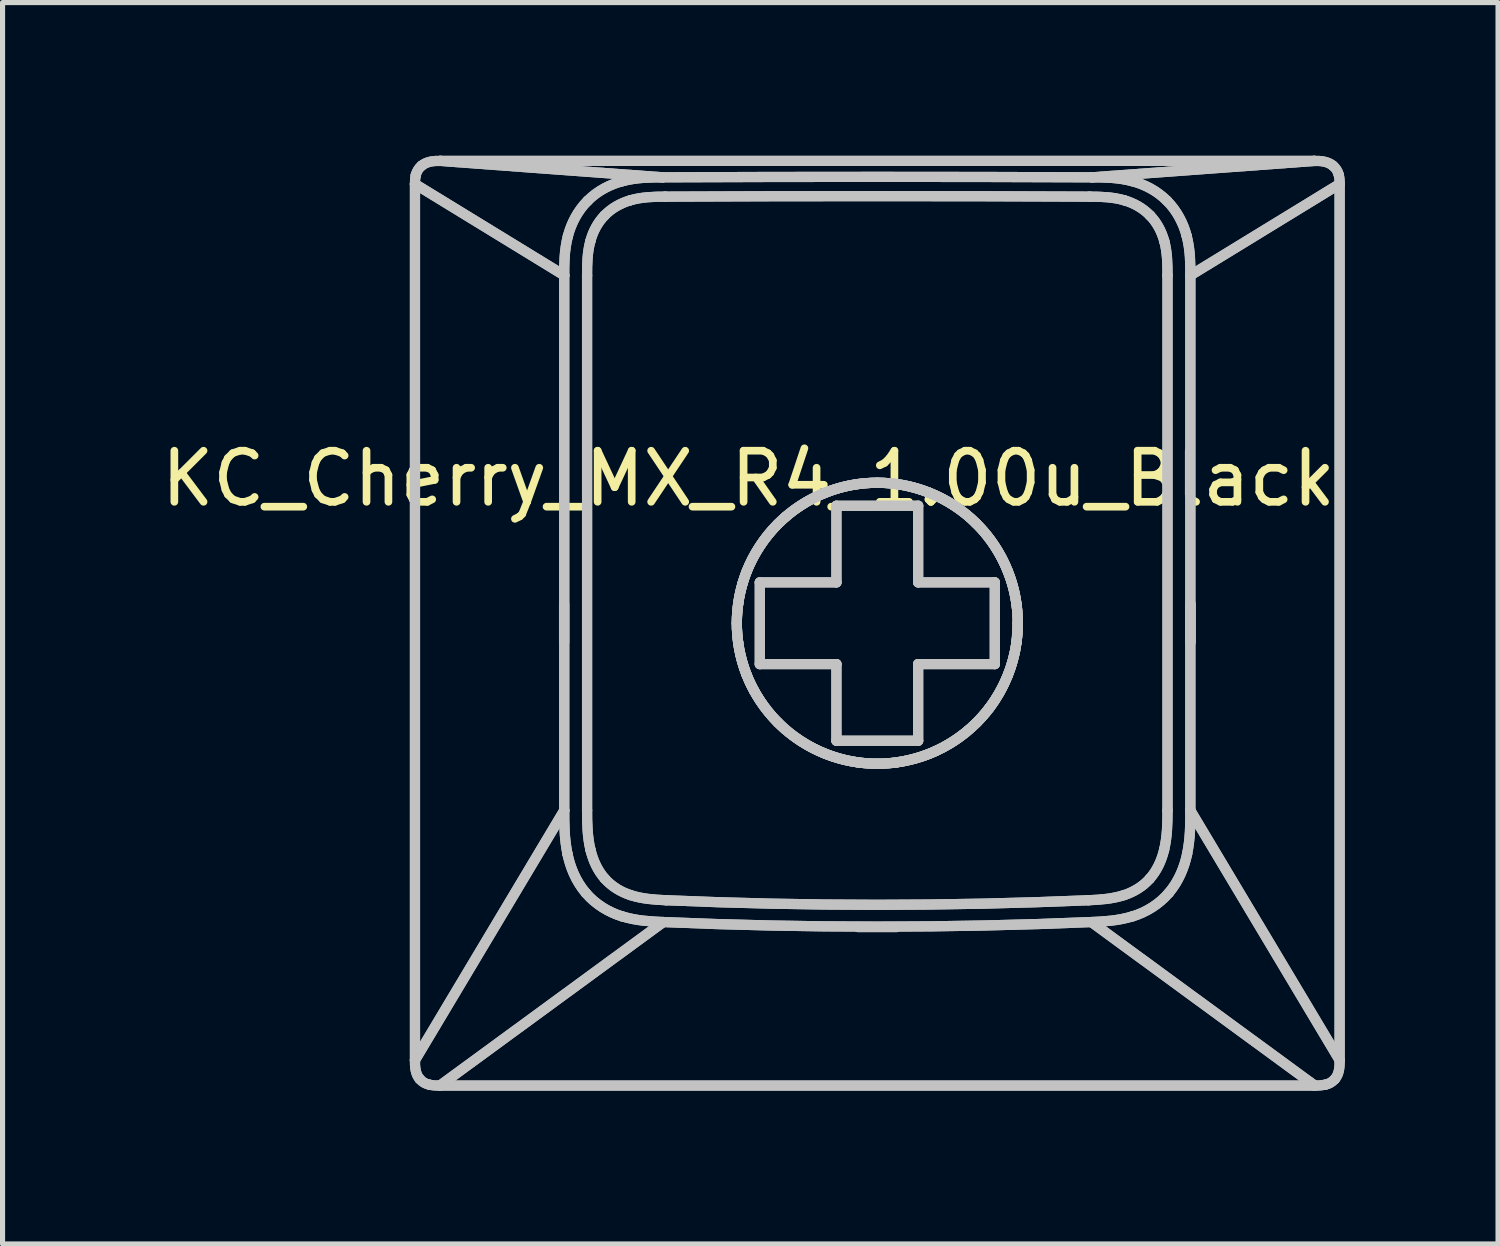
<source format=kicad_pcb>
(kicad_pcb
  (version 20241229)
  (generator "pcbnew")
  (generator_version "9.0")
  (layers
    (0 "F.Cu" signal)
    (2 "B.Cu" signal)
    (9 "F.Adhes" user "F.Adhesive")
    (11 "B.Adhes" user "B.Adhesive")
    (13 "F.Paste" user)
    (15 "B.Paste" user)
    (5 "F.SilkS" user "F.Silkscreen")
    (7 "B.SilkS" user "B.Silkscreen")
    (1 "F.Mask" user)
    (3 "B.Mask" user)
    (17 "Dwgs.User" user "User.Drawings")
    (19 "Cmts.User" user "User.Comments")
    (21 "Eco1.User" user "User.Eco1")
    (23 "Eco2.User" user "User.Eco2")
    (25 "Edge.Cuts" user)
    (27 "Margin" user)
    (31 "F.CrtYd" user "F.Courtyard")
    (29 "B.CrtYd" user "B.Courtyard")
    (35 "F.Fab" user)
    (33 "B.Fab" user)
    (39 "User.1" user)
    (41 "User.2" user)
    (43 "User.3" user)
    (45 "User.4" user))
  (footprint "KC_Cherry_MX_R4_1.00u_Black"
    (layer "F.Cu")
    (at 14.141 9.112)
    (property "Reference" "KC_Cherry_MX_R4_1.00u_Black" (at -2.54 -2.794 0) (layer "F.SilkS") (effects (font (size 1 1) (thickness 0.15))))
    (attr allow_missing_courtyard)
    (fp_line (start -9.068 -8.56) (end -6.146 -6.771) (stroke (width 0.2) (type default)) (layer "Dwgs.User"))
    (fp_line (start -9.068 -8.56) (end -6.146 -6.771) (stroke (width 0.2) (type default)) (layer "Dwgs.User"))
    (fp_line (start -9.068 8.591) (end -9.068 -8.56) (stroke (width 0.2) (type default)) (layer "Dwgs.User"))
    (fp_line (start -9.068 8.591) (end -9.068 -8.56) (stroke (width 0.2) (type default)) (layer "Dwgs.User"))
    (fp_line (start -9.068 8.591) (end -6.146 3.702) (stroke (width 0.2) (type default)) (layer "Dwgs.User"))
    (fp_line (start -9.068 8.591) (end -6.146 3.702) (stroke (width 0.2) (type default)) (layer "Dwgs.User"))
    (fp_line (start -8.58 9.088) (end -4.207 5.887) (stroke (width 0.2) (type default)) (layer "Dwgs.User"))
    (fp_line (start -8.58 9.088) (end -4.207 5.887) (stroke (width 0.2) (type default)) (layer "Dwgs.User"))
    (fp_line (start -8.575 -9.012) (end -4.216 -8.691) (stroke (width 0.2) (type default)) (layer "Dwgs.User"))
    (fp_line (start -8.575 -9.012) (end -4.216 -8.691) (stroke (width 0.2) (type default)) (layer "Dwgs.User"))
    (fp_line (start -8.575 -9.012) (end 8.539 -9.012) (stroke (width 0.2) (type default)) (layer "Dwgs.User"))
    (fp_line (start -8.575 -9.012) (end 8.539 -9.012) (stroke (width 0.2) (type default)) (layer "Dwgs.User"))
    (fp_line (start -6.149 0.412) (end -6.149 -0.338) (stroke (width 0.2) (type default)) (layer "Dwgs.User"))
    (fp_line (start -6.149 0.412) (end -6.149 -0.338) (stroke (width 0.2) (type default)) (layer "Dwgs.User"))
    (fp_line (start -6.146 -6.771) (end -6.146 3.702) (stroke (width 0.2) (type default)) (layer "Dwgs.User"))
    (fp_line (start -6.146 -6.771) (end -6.146 3.702) (stroke (width 0.2) (type default)) (layer "Dwgs.User"))
    (fp_line (start -5.699 -6.771) (end -5.699 3.702) (stroke (width 0.2) (type default)) (layer "Dwgs.User"))
    (fp_line (start -5.699 -6.771) (end -5.699 3.702) (stroke (width 0.2) (type default)) (layer "Dwgs.User"))
    (fp_line (start -2.318 -0.762) (end -0.818 -0.762) (stroke (width 0.2) (type default)) (layer "Dwgs.User"))
    (fp_line (start -2.318 -0.762) (end -0.818 -0.762) (stroke (width 0.2) (type default)) (layer "Dwgs.User"))
    (fp_line (start -2.318 0.838) (end -2.318 -0.762) (stroke (width 0.2) (type default)) (layer "Dwgs.User"))
    (fp_line (start -2.318 0.838) (end -2.318 -0.762) (stroke (width 0.2) (type default)) (layer "Dwgs.User"))
    (fp_line (start -0.818 -2.262) (end 0.782 -2.262) (stroke (width 0.2) (type default)) (layer "Dwgs.User"))
    (fp_line (start -0.818 -2.262) (end 0.782 -2.262) (stroke (width 0.2) (type default)) (layer "Dwgs.User"))
    (fp_line (start -0.818 -0.762) (end -0.818 -2.262) (stroke (width 0.2) (type default)) (layer "Dwgs.User"))
    (fp_line (start -0.818 -0.762) (end -0.818 -2.262) (stroke (width 0.2) (type default)) (layer "Dwgs.User"))
    (fp_line (start -0.818 0.838) (end -2.318 0.838) (stroke (width 0.2) (type default)) (layer "Dwgs.User"))
    (fp_line (start -0.818 0.838) (end -2.318 0.838) (stroke (width 0.2) (type default)) (layer "Dwgs.User"))
    (fp_line (start -0.818 2.338) (end -0.818 0.838) (stroke (width 0.2) (type default)) (layer "Dwgs.User"))
    (fp_line (start -0.818 2.338) (end -0.818 0.838) (stroke (width 0.2) (type default)) (layer "Dwgs.User"))
    (fp_line (start -0.393 5.985) (end 0.357 5.985) (stroke (width 0.2) (type default)) (layer "Dwgs.User"))
    (fp_line (start -0.393 5.985) (end 0.357 5.985) (stroke (width 0.2) (type default)) (layer "Dwgs.User"))
    (fp_line (start 0.782 -2.262) (end 0.782 -0.762) (stroke (width 0.2) (type default)) (layer "Dwgs.User"))
    (fp_line (start 0.782 -2.262) (end 0.782 -0.762) (stroke (width 0.2) (type default)) (layer "Dwgs.User"))
    (fp_line (start 0.782 -0.762) (end 2.282 -0.762) (stroke (width 0.2) (type default)) (layer "Dwgs.User"))
    (fp_line (start 0.782 -0.762) (end 2.282 -0.762) (stroke (width 0.2) (type default)) (layer "Dwgs.User"))
    (fp_line (start 0.782 0.838) (end 0.782 2.338) (stroke (width 0.2) (type default)) (layer "Dwgs.User"))
    (fp_line (start 0.782 0.838) (end 0.782 2.338) (stroke (width 0.2) (type default)) (layer "Dwgs.User"))
    (fp_line (start 0.782 2.338) (end -0.818 2.338) (stroke (width 0.2) (type default)) (layer "Dwgs.User"))
    (fp_line (start 0.782 2.338) (end -0.818 2.338) (stroke (width 0.2) (type default)) (layer "Dwgs.User"))
    (fp_line (start 2.282 -0.762) (end 2.282 0.838) (stroke (width 0.2) (type default)) (layer "Dwgs.User"))
    (fp_line (start 2.282 -0.762) (end 2.282 0.838) (stroke (width 0.2) (type default)) (layer "Dwgs.User"))
    (fp_line (start 2.282 0.838) (end 0.782 0.838) (stroke (width 0.2) (type default)) (layer "Dwgs.User"))
    (fp_line (start 2.282 0.838) (end 0.782 0.838) (stroke (width 0.2) (type default)) (layer "Dwgs.User"))
    (fp_line (start 2.707 0.412) (end 2.732 0.038) (stroke (width 0.2) (type default)) (layer "Dwgs.User"))
    (fp_line (start 4.181 -8.691) (end 8.539 -9.012) (stroke (width 0.2) (type default)) (layer "Dwgs.User"))
    (fp_line (start 4.181 -8.691) (end 8.539 -9.012) (stroke (width 0.2) (type default)) (layer "Dwgs.User"))
    (fp_line (start 5.663 3.702) (end 5.663 -6.771) (stroke (width 0.2) (type default)) (layer "Dwgs.User"))
    (fp_line (start 5.663 3.702) (end 5.663 -6.771) (stroke (width 0.2) (type default)) (layer "Dwgs.User"))
    (fp_line (start 6.11 -6.771) (end 9.032 -8.56) (stroke (width 0.2) (type default)) (layer "Dwgs.User"))
    (fp_line (start 6.11 -6.771) (end 9.032 -8.56) (stroke (width 0.2) (type default)) (layer "Dwgs.User"))
    (fp_line (start 6.11 3.702) (end 6.11 -6.771) (stroke (width 0.2) (type default)) (layer "Dwgs.User"))
    (fp_line (start 6.11 3.702) (end 6.11 -6.771) (stroke (width 0.2) (type default)) (layer "Dwgs.User"))
    (fp_line (start 6.113 0.412) (end 6.113 -0.338) (stroke (width 0.2) (type default)) (layer "Dwgs.User"))
    (fp_line (start 6.113 0.412) (end 6.113 -0.338) (stroke (width 0.2) (type default)) (layer "Dwgs.User"))
    (fp_line (start 8.544 9.088) (end -8.58 9.088) (stroke (width 0.2) (type default)) (layer "Dwgs.User"))
    (fp_line (start 8.544 9.088) (end -8.58 9.088) (stroke (width 0.2) (type default)) (layer "Dwgs.User"))
    (fp_line (start 8.544 9.088) (end 4.172 5.887) (stroke (width 0.2) (type default)) (layer "Dwgs.User"))
    (fp_line (start 8.544 9.088) (end 4.172 5.887) (stroke (width 0.2) (type default)) (layer "Dwgs.User"))
    (fp_line (start 9.032 -8.56) (end 9.032 8.591) (stroke (width 0.2) (type default)) (layer "Dwgs.User"))
    (fp_line (start 9.032 -8.56) (end 9.032 8.591) (stroke (width 0.2) (type default)) (layer "Dwgs.User"))
    (fp_line (start 9.032 8.591) (end 6.11 3.702) (stroke (width 0.2) (type default)) (layer "Dwgs.User"))
    (fp_line (start 9.032 8.591) (end 6.11 3.702) (stroke (width 0.2) (type default)) (layer "Dwgs.User"))
    (fp_curve (pts (xy -9.068 -8.56) (xy -9.07 -8.619) (xy -9.065 -8.678) (xy -9.052 -8.736)) (stroke (width 0.2) (type default)) (layer "Dwgs.User"))
    (fp_curve (pts (xy -9.068 -8.56) (xy -9.07 -8.619) (xy -9.065 -8.678) (xy -9.052 -8.736)) (stroke (width 0.2) (type default)) (layer "Dwgs.User"))
    (fp_curve (pts (xy -9.052 -8.736) (xy -9.033 -8.809) (xy -8.995 -8.87) (xy -8.938 -8.918)) (stroke (width 0.2) (type default)) (layer "Dwgs.User"))
    (fp_curve (pts (xy -9.052 -8.736) (xy -9.033 -8.809) (xy -8.995 -8.87) (xy -8.938 -8.918)) (stroke (width 0.2) (type default)) (layer "Dwgs.User"))
    (fp_curve (pts (xy -8.974 8.961) (xy -9.062 8.86) (xy -9.07 8.719) (xy -9.068 8.591)) (stroke (width 0.2) (type default)) (layer "Dwgs.User"))
    (fp_curve (pts (xy -8.974 8.961) (xy -9.062 8.86) (xy -9.07 8.719) (xy -9.068 8.591)) (stroke (width 0.2) (type default)) (layer "Dwgs.User"))
    (fp_curve (pts (xy -8.938 -8.918) (xy -8.837 -9.002) (xy -8.701 -9.015) (xy -8.575 -9.012)) (stroke (width 0.2) (type default)) (layer "Dwgs.User"))
    (fp_curve (pts (xy -8.938 -8.918) (xy -8.837 -9.002) (xy -8.701 -9.015) (xy -8.575 -9.012)) (stroke (width 0.2) (type default)) (layer "Dwgs.User"))
    (fp_curve (pts (xy -8.78 9.072) (xy -8.857 9.057) (xy -8.922 9.02) (xy -8.974 8.961)) (stroke (width 0.2) (type default)) (layer "Dwgs.User"))
    (fp_curve (pts (xy -8.78 9.072) (xy -8.857 9.057) (xy -8.922 9.02) (xy -8.974 8.961)) (stroke (width 0.2) (type default)) (layer "Dwgs.User"))
    (fp_curve (pts (xy -8.58 9.088) (xy -8.647 9.09) (xy -8.714 9.085) (xy -8.78 9.072)) (stroke (width 0.2) (type default)) (layer "Dwgs.User"))
    (fp_curve (pts (xy -8.58 9.088) (xy -8.647 9.09) (xy -8.714 9.085) (xy -8.78 9.072)) (stroke (width 0.2) (type default)) (layer "Dwgs.User"))
    (fp_curve (pts (xy -6.146 -6.771) (xy -6.146 -6.995) (xy -6.148 -7.259) (xy -6.074 -7.542)) (stroke (width 0.2) (type default)) (layer "Dwgs.User"))
    (fp_curve (pts (xy -6.146 -6.771) (xy -6.146 -6.995) (xy -6.148 -7.259) (xy -6.074 -7.542)) (stroke (width 0.2) (type default)) (layer "Dwgs.User"))
    (fp_curve (pts (xy -6.082 4.557) (xy -6.147 4.248) (xy -6.145 3.961) (xy -6.146 3.702)) (stroke (width 0.2) (type default)) (layer "Dwgs.User"))
    (fp_curve (pts (xy -6.082 4.557) (xy -6.147 4.248) (xy -6.145 3.961) (xy -6.146 3.702)) (stroke (width 0.2) (type default)) (layer "Dwgs.User"))
    (fp_curve (pts (xy -6.074 -7.542) (xy -6.011 -7.787) (xy -5.881 -8.04) (xy -5.687 -8.232)) (stroke (width 0.2) (type default)) (layer "Dwgs.User"))
    (fp_curve (pts (xy -6.074 -7.542) (xy -6.011 -7.787) (xy -5.881 -8.04) (xy -5.687 -8.232)) (stroke (width 0.2) (type default)) (layer "Dwgs.User"))
    (fp_curve (pts (xy -5.724 5.317) (xy -5.923 5.084) (xy -6.029 4.809) (xy -6.082 4.557)) (stroke (width 0.2) (type default)) (layer "Dwgs.User"))
    (fp_curve (pts (xy -5.724 5.317) (xy -5.923 5.084) (xy -6.029 4.809) (xy -6.082 4.557)) (stroke (width 0.2) (type default)) (layer "Dwgs.User"))
    (fp_curve (pts (xy -5.699 -6.771) (xy -5.699 -6.995) (xy -5.695 -7.223) (xy -5.635 -7.44)) (stroke (width 0.2) (type default)) (layer "Dwgs.User"))
    (fp_curve (pts (xy -5.699 -6.771) (xy -5.699 -6.995) (xy -5.695 -7.223) (xy -5.635 -7.44)) (stroke (width 0.2) (type default)) (layer "Dwgs.User"))
    (fp_curve (pts (xy -5.687 -8.232) (xy -5.491 -8.43) (xy -5.24 -8.556) (xy -4.999 -8.617)) (stroke (width 0.2) (type default)) (layer "Dwgs.User"))
    (fp_curve (pts (xy -5.687 -8.232) (xy -5.491 -8.43) (xy -5.24 -8.556) (xy -4.999 -8.617)) (stroke (width 0.2) (type default)) (layer "Dwgs.User"))
    (fp_curve (pts (xy -5.635 -7.44) (xy -5.585 -7.629) (xy -5.491 -7.807) (xy -5.356 -7.945)) (stroke (width 0.2) (type default)) (layer "Dwgs.User"))
    (fp_curve (pts (xy -5.635 -7.44) (xy -5.585 -7.629) (xy -5.491 -7.807) (xy -5.356 -7.945)) (stroke (width 0.2) (type default)) (layer "Dwgs.User"))
    (fp_curve (pts (xy -5.632 4.475) (xy -5.693 4.223) (xy -5.699 3.961) (xy -5.699 3.702)) (stroke (width 0.2) (type default)) (layer "Dwgs.User"))
    (fp_curve (pts (xy -5.632 4.475) (xy -5.693 4.223) (xy -5.699 3.961) (xy -5.699 3.702)) (stroke (width 0.2) (type default)) (layer "Dwgs.User"))
    (fp_curve (pts (xy -5.356 -7.945) (xy -5.218 -8.088) (xy -5.041 -8.186) (xy -4.853 -8.241)) (stroke (width 0.2) (type default)) (layer "Dwgs.User"))
    (fp_curve (pts (xy -5.356 -7.945) (xy -5.218 -8.088) (xy -5.041 -8.186) (xy -4.853 -8.241)) (stroke (width 0.2) (type default)) (layer "Dwgs.User"))
    (fp_curve (pts (xy -5.351 5.039) (xy -5.492 4.881) (xy -5.582 4.682) (xy -5.632 4.475)) (stroke (width 0.2) (type default)) (layer "Dwgs.User"))
    (fp_curve (pts (xy -5.351 5.039) (xy -5.492 4.881) (xy -5.582 4.682) (xy -5.632 4.475)) (stroke (width 0.2) (type default)) (layer "Dwgs.User"))
    (fp_curve (pts (xy -5.019 5.774) (xy -5.269 5.699) (xy -5.535 5.541) (xy -5.724 5.317)) (stroke (width 0.2) (type default)) (layer "Dwgs.User"))
    (fp_curve (pts (xy -5.019 5.774) (xy -5.269 5.699) (xy -5.535 5.541) (xy -5.724 5.317)) (stroke (width 0.2) (type default)) (layer "Dwgs.User"))
    (fp_curve (pts (xy -4.999 -8.617) (xy -4.715 -8.691) (xy -4.448 -8.689) (xy -4.216 -8.691)) (stroke (width 0.2) (type default)) (layer "Dwgs.User"))
    (fp_curve (pts (xy -4.999 -8.617) (xy -4.715 -8.691) (xy -4.448 -8.689) (xy -4.216 -8.691)) (stroke (width 0.2) (type default)) (layer "Dwgs.User"))
    (fp_curve (pts (xy -4.853 -8.241) (xy -4.632 -8.305) (xy -4.399 -8.313) (xy -4.169 -8.313)) (stroke (width 0.2) (type default)) (layer "Dwgs.User"))
    (fp_curve (pts (xy -4.853 -8.241) (xy -4.632 -8.305) (xy -4.399 -8.313) (xy -4.169 -8.313)) (stroke (width 0.2) (type default)) (layer "Dwgs.User"))
    (fp_curve (pts (xy -4.851 5.359) (xy -5.04 5.297) (xy -5.217 5.19) (xy -5.351 5.039)) (stroke (width 0.2) (type default)) (layer "Dwgs.User"))
    (fp_curve (pts (xy -4.851 5.359) (xy -5.04 5.297) (xy -5.217 5.19) (xy -5.351 5.039)) (stroke (width 0.2) (type default)) (layer "Dwgs.User"))
    (fp_curve (pts (xy -4.207 5.887) (xy -4.446 5.875) (xy -4.72 5.866) (xy -5.019 5.774)) (stroke (width 0.2) (type default)) (layer "Dwgs.User"))
    (fp_curve (pts (xy -4.207 5.887) (xy -4.446 5.875) (xy -4.72 5.866) (xy -5.019 5.774)) (stroke (width 0.2) (type default)) (layer "Dwgs.User"))
    (fp_curve (pts (xy -4.207 5.887) (xy -1.43 6.007) (xy 1.395 6.007) (xy 4.172 5.887)) (stroke (width 0.2) (type default)) (layer "Dwgs.User"))
    (fp_curve (pts (xy -4.207 5.887) (xy -1.43 6.007) (xy 1.395 6.007) (xy 4.172 5.887)) (stroke (width 0.2) (type default)) (layer "Dwgs.User"))
    (fp_curve (pts (xy -4.151 5.46) (xy -4.387 5.45) (xy -4.626 5.433) (xy -4.851 5.359)) (stroke (width 0.2) (type default)) (layer "Dwgs.User"))
    (fp_curve (pts (xy -4.151 5.46) (xy -4.387 5.45) (xy -4.626 5.433) (xy -4.851 5.359)) (stroke (width 0.2) (type default)) (layer "Dwgs.User"))
    (fp_curve (pts (xy -4.151 5.46) (xy -1.411 5.579) (xy 1.376 5.579) (xy 4.116 5.46)) (stroke (width 0.2) (type default)) (layer "Dwgs.User"))
    (fp_curve (pts (xy -4.151 5.46) (xy -1.411 5.579) (xy 1.376 5.579) (xy 4.116 5.46)) (stroke (width 0.2) (type default)) (layer "Dwgs.User"))
    (fp_curve (pts (xy -2.768 0.038) (xy -2.768 0.361) (xy -2.709 0.711) (xy -2.575 1.05)) (stroke (width 0.2) (type default)) (layer "Dwgs.User"))
    (fp_curve (pts (xy -2.768 0.038) (xy -2.768 0.361) (xy -2.709 0.711) (xy -2.575 1.05)) (stroke (width 0.2) (type default)) (layer "Dwgs.User"))
    (fp_curve (pts (xy -2.742 -0.338) (xy -2.776 -0.088) (xy -2.776 0.162) (xy -2.742 0.412)) (stroke (width 0.2) (type default)) (layer "Dwgs.User"))
    (fp_curve (pts (xy -2.742 -0.338) (xy -2.776 -0.088) (xy -2.776 0.162) (xy -2.742 0.412)) (stroke (width 0.2) (type default)) (layer "Dwgs.User"))
    (fp_curve (pts (xy -2.742 -0.338) (xy -2.722 -0.48) (xy -2.693 -0.617) (xy -2.653 -0.749)) (stroke (width 0.2) (type default)) (layer "Dwgs.User"))
    (fp_curve (pts (xy -2.742 -0.338) (xy -2.722 -0.48) (xy -2.693 -0.617) (xy -2.653 -0.749)) (stroke (width 0.2) (type default)) (layer "Dwgs.User"))
    (fp_curve (pts (xy -2.653 -0.749) (xy -2.514 -1.224) (xy -2.22 -1.7) (xy -1.808 -2.05)) (stroke (width 0.2) (type default)) (layer "Dwgs.User"))
    (fp_curve (pts (xy -2.653 -0.749) (xy -2.514 -1.224) (xy -2.22 -1.7) (xy -1.808 -2.05)) (stroke (width 0.2) (type default)) (layer "Dwgs.User"))
    (fp_curve (pts (xy -2.575 -0.975) (xy -2.709 -0.636) (xy -2.768 -0.286) (xy -2.768 0.038)) (stroke (width 0.2) (type default)) (layer "Dwgs.User"))
    (fp_curve (pts (xy -2.575 -0.975) (xy -2.709 -0.636) (xy -2.768 -0.286) (xy -2.768 0.038)) (stroke (width 0.2) (type default)) (layer "Dwgs.User"))
    (fp_curve (pts (xy -2.575 1.05) (xy -2.441 1.389) (xy -2.231 1.714) (xy -1.962 1.982)) (stroke (width 0.2) (type default)) (layer "Dwgs.User"))
    (fp_curve (pts (xy -2.575 1.05) (xy -2.441 1.389) (xy -2.231 1.714) (xy -1.962 1.982)) (stroke (width 0.2) (type default)) (layer "Dwgs.User"))
    (fp_curve (pts (xy -2.428 1.362) (xy -2.589 1.071) (xy -2.697 0.744) (xy -2.742 0.412)) (stroke (width 0.2) (type default)) (layer "Dwgs.User"))
    (fp_curve (pts (xy -2.428 1.362) (xy -2.589 1.071) (xy -2.697 0.744) (xy -2.742 0.412)) (stroke (width 0.2) (type default)) (layer "Dwgs.User"))
    (fp_curve (pts (xy -1.962 -1.907) (xy -2.231 -1.639) (xy -2.441 -1.313) (xy -2.575 -0.975)) (stroke (width 0.2) (type default)) (layer "Dwgs.User"))
    (fp_curve (pts (xy -1.962 -1.907) (xy -2.231 -1.639) (xy -2.441 -1.313) (xy -2.575 -0.975)) (stroke (width 0.2) (type default)) (layer "Dwgs.User"))
    (fp_curve (pts (xy -1.962 1.982) (xy -1.694 2.251) (xy -1.369 2.461) (xy -1.03 2.595)) (stroke (width 0.2) (type default)) (layer "Dwgs.User"))
    (fp_curve (pts (xy -1.962 1.982) (xy -1.694 2.251) (xy -1.369 2.461) (xy -1.03 2.595)) (stroke (width 0.2) (type default)) (layer "Dwgs.User"))
    (fp_curve (pts (xy -1.825 2.111) (xy -2.058 1.908) (xy -2.268 1.653) (xy -2.428 1.362)) (stroke (width 0.2) (type default)) (layer "Dwgs.User"))
    (fp_curve (pts (xy -1.825 2.111) (xy -2.058 1.908) (xy -2.268 1.653) (xy -2.428 1.362)) (stroke (width 0.2) (type default)) (layer "Dwgs.User"))
    (fp_curve (pts (xy -1.808 -2.05) (xy -1.399 -2.404) (xy -0.884 -2.622) (xy -0.393 -2.687)) (stroke (width 0.2) (type default)) (layer "Dwgs.User"))
    (fp_curve (pts (xy -1.808 -2.05) (xy -1.399 -2.404) (xy -0.884 -2.622) (xy -0.393 -2.687)) (stroke (width 0.2) (type default)) (layer "Dwgs.User"))
    (fp_curve (pts (xy -1.03 -2.519) (xy -1.369 -2.386) (xy -1.694 -2.176) (xy -1.962 -1.907)) (stroke (width 0.2) (type default)) (layer "Dwgs.User"))
    (fp_curve (pts (xy -1.03 -2.519) (xy -1.369 -2.386) (xy -1.694 -2.176) (xy -1.962 -1.907)) (stroke (width 0.2) (type default)) (layer "Dwgs.User"))
    (fp_curve (pts (xy -1.03 2.595) (xy -0.691 2.729) (xy -0.342 2.788) (xy -0.018 2.788)) (stroke (width 0.2) (type default)) (layer "Dwgs.User"))
    (fp_curve (pts (xy -1.03 2.595) (xy -0.691 2.729) (xy -0.342 2.788) (xy -0.018 2.788)) (stroke (width 0.2) (type default)) (layer "Dwgs.User"))
    (fp_curve (pts (xy -0.393 2.762) (xy -0.936 2.69) (xy -1.448 2.443) (xy -1.825 2.111)) (stroke (width 0.2) (type default)) (layer "Dwgs.User"))
    (fp_curve (pts (xy -0.393 2.762) (xy -0.936 2.69) (xy -1.448 2.443) (xy -1.825 2.111)) (stroke (width 0.2) (type default)) (layer "Dwgs.User"))
    (fp_curve (pts (xy -0.018 -2.712) (xy -0.342 -2.713) (xy -0.691 -2.654) (xy -1.03 -2.519)) (stroke (width 0.2) (type default)) (layer "Dwgs.User"))
    (fp_curve (pts (xy -0.018 -2.712) (xy -0.342 -2.713) (xy -0.691 -2.654) (xy -1.03 -2.519)) (stroke (width 0.2) (type default)) (layer "Dwgs.User"))
    (fp_curve (pts (xy -0.018 2.788) (xy 0.306 2.788) (xy 0.656 2.729) (xy 0.994 2.595)) (stroke (width 0.2) (type default)) (layer "Dwgs.User"))
    (fp_curve (pts (xy -0.018 2.788) (xy 0.306 2.788) (xy 0.656 2.729) (xy 0.994 2.595)) (stroke (width 0.2) (type default)) (layer "Dwgs.User"))
    (fp_curve (pts (xy 0.357 -2.687) (xy 0.107 -2.721) (xy -0.143 -2.721) (xy -0.393 -2.687)) (stroke (width 0.2) (type default)) (layer "Dwgs.User"))
    (fp_curve (pts (xy 0.357 -2.687) (xy 0.107 -2.721) (xy -0.143 -2.721) (xy -0.393 -2.687)) (stroke (width 0.2) (type default)) (layer "Dwgs.User"))
    (fp_curve (pts (xy 0.357 -2.687) (xy 0.892 -2.617) (xy 1.472 -2.359) (xy 1.911 -1.922)) (stroke (width 0.2) (type default)) (layer "Dwgs.User"))
    (fp_curve (pts (xy 0.357 -2.687) (xy 0.892 -2.617) (xy 1.472 -2.359) (xy 1.911 -1.922)) (stroke (width 0.2) (type default)) (layer "Dwgs.User"))
    (fp_curve (pts (xy 0.357 2.762) (xy 0.107 2.796) (xy -0.143 2.796) (xy -0.393 2.762)) (stroke (width 0.2) (type default)) (layer "Dwgs.User"))
    (fp_curve (pts (xy 0.357 2.762) (xy 0.107 2.796) (xy -0.143 2.796) (xy -0.393 2.762)) (stroke (width 0.2) (type default)) (layer "Dwgs.User"))
    (fp_curve (pts (xy 0.994 -2.519) (xy 0.656 -2.654) (xy 0.306 -2.713) (xy -0.018 -2.712)) (stroke (width 0.2) (type default)) (layer "Dwgs.User"))
    (fp_curve (pts (xy 0.994 -2.519) (xy 0.656 -2.654) (xy 0.306 -2.713) (xy -0.018 -2.712)) (stroke (width 0.2) (type default)) (layer "Dwgs.User"))
    (fp_curve (pts (xy 0.994 2.595) (xy 1.333 2.461) (xy 1.658 2.251) (xy 1.927 1.982)) (stroke (width 0.2) (type default)) (layer "Dwgs.User"))
    (fp_curve (pts (xy 0.994 2.595) (xy 1.333 2.461) (xy 1.658 2.251) (xy 1.927 1.982)) (stroke (width 0.2) (type default)) (layer "Dwgs.User"))
    (fp_curve (pts (xy 1.121 2.541) (xy 0.885 2.649) (xy 0.63 2.723) (xy 0.357 2.762)) (stroke (width 0.2) (type default)) (layer "Dwgs.User"))
    (fp_curve (pts (xy 1.121 2.541) (xy 0.885 2.649) (xy 0.63 2.723) (xy 0.357 2.762)) (stroke (width 0.2) (type default)) (layer "Dwgs.User"))
    (fp_curve (pts (xy 1.911 -1.922) (xy 2.355 -1.491) (xy 2.634 -0.899) (xy 2.706 -0.338)) (stroke (width 0.2) (type default)) (layer "Dwgs.User"))
    (fp_curve (pts (xy 1.911 -1.922) (xy 2.355 -1.491) (xy 2.634 -0.899) (xy 2.706 -0.338)) (stroke (width 0.2) (type default)) (layer "Dwgs.User"))
    (fp_curve (pts (xy 1.927 -1.907) (xy 1.658 -2.176) (xy 1.333 -2.386) (xy 0.994 -2.519)) (stroke (width 0.2) (type default)) (layer "Dwgs.User"))
    (fp_curve (pts (xy 1.927 -1.907) (xy 1.658 -2.176) (xy 1.333 -2.386) (xy 0.994 -2.519)) (stroke (width 0.2) (type default)) (layer "Dwgs.User"))
    (fp_curve (pts (xy 1.927 1.982) (xy 2.196 1.714) (xy 2.406 1.389) (xy 2.539 1.05)) (stroke (width 0.2) (type default)) (layer "Dwgs.User"))
    (fp_curve (pts (xy 1.927 1.982) (xy 2.196 1.714) (xy 2.406 1.389) (xy 2.539 1.05)) (stroke (width 0.2) (type default)) (layer "Dwgs.User"))
    (fp_curve (pts (xy 2.18 1.691) (xy 1.897 2.069) (xy 1.517 2.363) (xy 1.121 2.541)) (stroke (width 0.2) (type default)) (layer "Dwgs.User"))
    (fp_curve (pts (xy 2.18 1.691) (xy 1.897 2.069) (xy 1.517 2.363) (xy 1.121 2.541)) (stroke (width 0.2) (type default)) (layer "Dwgs.User"))
    (fp_curve (pts (xy 2.539 -0.975) (xy 2.406 -1.313) (xy 2.196 -1.639) (xy 1.927 -1.907)) (stroke (width 0.2) (type default)) (layer "Dwgs.User"))
    (fp_curve (pts (xy 2.539 -0.975) (xy 2.406 -1.313) (xy 2.196 -1.639) (xy 1.927 -1.907)) (stroke (width 0.2) (type default)) (layer "Dwgs.User"))
    (fp_curve (pts (xy 2.539 1.05) (xy 2.674 0.711) (xy 2.733 0.361) (xy 2.732 0.038)) (stroke (width 0.2) (type default)) (layer "Dwgs.User"))
    (fp_curve (pts (xy 2.539 1.05) (xy 2.674 0.711) (xy 2.733 0.361) (xy 2.732 0.038)) (stroke (width 0.2) (type default)) (layer "Dwgs.User"))
    (fp_curve (pts (xy 2.706 -0.338) (xy 2.724 -0.213) (xy 2.732 -0.088) (xy 2.732 0.038)) (stroke (width 0.2) (type default)) (layer "Dwgs.User"))
    (fp_curve (pts (xy 2.706 -0.338) (xy 2.724 -0.213) (xy 2.732 -0.088) (xy 2.732 0.038)) (stroke (width 0.2) (type default)) (layer "Dwgs.User"))
    (fp_curve (pts (xy 2.707 0.412) (xy 2.647 0.858) (xy 2.465 1.314) (xy 2.18 1.691)) (stroke (width 0.2) (type default)) (layer "Dwgs.User"))
    (fp_curve (pts (xy 2.707 0.412) (xy 2.647 0.858) (xy 2.465 1.314) (xy 2.18 1.691)) (stroke (width 0.2) (type default)) (layer "Dwgs.User"))
    (fp_curve (pts (xy 2.732 0.038) (xy 2.733 -0.286) (xy 2.674 -0.636) (xy 2.539 -0.975)) (stroke (width 0.2) (type default)) (layer "Dwgs.User"))
    (fp_curve (pts (xy 2.732 0.038) (xy 2.733 -0.286) (xy 2.674 -0.636) (xy 2.539 -0.975)) (stroke (width 0.2) (type default)) (layer "Dwgs.User"))
    (fp_curve (pts (xy 2.732 0.038) (xy 2.732 0.163) (xy 2.724 0.288) (xy 2.707 0.412)) (stroke (width 0.2) (type default)) (layer "Dwgs.User"))
    (fp_curve (pts (xy 2.732 0.038) (xy 2.732 0.163) (xy 2.724 0.288) (xy 2.707 0.412)) (stroke (width 0.2) (type default)) (layer "Dwgs.User"))
    (fp_curve (pts (xy 4.134 -8.313) (xy 1.38 -8.326) (xy -1.416 -8.326) (xy -4.169 -8.313)) (stroke (width 0.2) (type default)) (layer "Dwgs.User"))
    (fp_curve (pts (xy 4.134 -8.313) (xy 1.38 -8.326) (xy -1.416 -8.326) (xy -4.169 -8.313)) (stroke (width 0.2) (type default)) (layer "Dwgs.User"))
    (fp_curve (pts (xy 4.134 -8.313) (xy 4.363 -8.313) (xy 4.596 -8.305) (xy 4.817 -8.241)) (stroke (width 0.2) (type default)) (layer "Dwgs.User"))
    (fp_curve (pts (xy 4.134 -8.313) (xy 4.363 -8.313) (xy 4.596 -8.305) (xy 4.817 -8.241)) (stroke (width 0.2) (type default)) (layer "Dwgs.User"))
    (fp_curve (pts (xy 4.181 -8.691) (xy 1.396 -8.703) (xy -1.432 -8.703) (xy -4.216 -8.691)) (stroke (width 0.2) (type default)) (layer "Dwgs.User"))
    (fp_curve (pts (xy 4.181 -8.691) (xy 1.396 -8.703) (xy -1.432 -8.703) (xy -4.216 -8.691)) (stroke (width 0.2) (type default)) (layer "Dwgs.User"))
    (fp_curve (pts (xy 4.181 -8.691) (xy 4.413 -8.689) (xy 4.68 -8.691) (xy 4.964 -8.617)) (stroke (width 0.2) (type default)) (layer "Dwgs.User"))
    (fp_curve (pts (xy 4.181 -8.691) (xy 4.413 -8.689) (xy 4.68 -8.691) (xy 4.964 -8.617)) (stroke (width 0.2) (type default)) (layer "Dwgs.User"))
    (fp_curve (pts (xy 4.815 5.359) (xy 4.59 5.433) (xy 4.352 5.45) (xy 4.116 5.46)) (stroke (width 0.2) (type default)) (layer "Dwgs.User"))
    (fp_curve (pts (xy 4.815 5.359) (xy 4.59 5.433) (xy 4.352 5.45) (xy 4.116 5.46)) (stroke (width 0.2) (type default)) (layer "Dwgs.User"))
    (fp_curve (pts (xy 4.817 -8.241) (xy 5.005 -8.186) (xy 5.182 -8.088) (xy 5.32 -7.945)) (stroke (width 0.2) (type default)) (layer "Dwgs.User"))
    (fp_curve (pts (xy 4.817 -8.241) (xy 5.005 -8.186) (xy 5.182 -8.088) (xy 5.32 -7.945)) (stroke (width 0.2) (type default)) (layer "Dwgs.User"))
    (fp_curve (pts (xy 4.964 -8.617) (xy 5.205 -8.556) (xy 5.455 -8.43) (xy 5.652 -8.232)) (stroke (width 0.2) (type default)) (layer "Dwgs.User"))
    (fp_curve (pts (xy 4.964 -8.617) (xy 5.205 -8.556) (xy 5.455 -8.43) (xy 5.652 -8.232)) (stroke (width 0.2) (type default)) (layer "Dwgs.User"))
    (fp_curve (pts (xy 4.983 5.774) (xy 4.685 5.866) (xy 4.411 5.875) (xy 4.172 5.887)) (stroke (width 0.2) (type default)) (layer "Dwgs.User"))
    (fp_curve (pts (xy 4.983 5.774) (xy 4.685 5.866) (xy 4.411 5.875) (xy 4.172 5.887)) (stroke (width 0.2) (type default)) (layer "Dwgs.User"))
    (fp_curve (pts (xy 5.315 5.039) (xy 5.182 5.19) (xy 5.005 5.297) (xy 4.815 5.359)) (stroke (width 0.2) (type default)) (layer "Dwgs.User"))
    (fp_curve (pts (xy 5.315 5.039) (xy 5.182 5.19) (xy 5.005 5.297) (xy 4.815 5.359)) (stroke (width 0.2) (type default)) (layer "Dwgs.User"))
    (fp_curve (pts (xy 5.32 -7.945) (xy 5.456 -7.807) (xy 5.549 -7.629) (xy 5.6 -7.44)) (stroke (width 0.2) (type default)) (layer "Dwgs.User"))
    (fp_curve (pts (xy 5.32 -7.945) (xy 5.456 -7.807) (xy 5.549 -7.629) (xy 5.6 -7.44)) (stroke (width 0.2) (type default)) (layer "Dwgs.User"))
    (fp_curve (pts (xy 5.596 4.475) (xy 5.547 4.682) (xy 5.456 4.881) (xy 5.315 5.039)) (stroke (width 0.2) (type default)) (layer "Dwgs.User"))
    (fp_curve (pts (xy 5.596 4.475) (xy 5.547 4.682) (xy 5.456 4.881) (xy 5.315 5.039)) (stroke (width 0.2) (type default)) (layer "Dwgs.User"))
    (fp_curve (pts (xy 5.6 -7.44) (xy 5.659 -7.223) (xy 5.663 -6.995) (xy 5.663 -6.771)) (stroke (width 0.2) (type default)) (layer "Dwgs.User"))
    (fp_curve (pts (xy 5.6 -7.44) (xy 5.659 -7.223) (xy 5.663 -6.995) (xy 5.663 -6.771)) (stroke (width 0.2) (type default)) (layer "Dwgs.User"))
    (fp_curve (pts (xy 5.652 -8.232) (xy 5.845 -8.04) (xy 5.976 -7.787) (xy 6.038 -7.542)) (stroke (width 0.2) (type default)) (layer "Dwgs.User"))
    (fp_curve (pts (xy 5.652 -8.232) (xy 5.845 -8.04) (xy 5.976 -7.787) (xy 6.038 -7.542)) (stroke (width 0.2) (type default)) (layer "Dwgs.User"))
    (fp_curve (pts (xy 5.663 3.702) (xy 5.663 3.961) (xy 5.657 4.223) (xy 5.596 4.475)) (stroke (width 0.2) (type default)) (layer "Dwgs.User"))
    (fp_curve (pts (xy 5.663 3.702) (xy 5.663 3.961) (xy 5.657 4.223) (xy 5.596 4.475)) (stroke (width 0.2) (type default)) (layer "Dwgs.User"))
    (fp_curve (pts (xy 5.688 5.317) (xy 5.499 5.541) (xy 5.234 5.699) (xy 4.983 5.774)) (stroke (width 0.2) (type default)) (layer "Dwgs.User"))
    (fp_curve (pts (xy 5.688 5.317) (xy 5.499 5.541) (xy 5.234 5.699) (xy 4.983 5.774)) (stroke (width 0.2) (type default)) (layer "Dwgs.User"))
    (fp_curve (pts (xy 6.038 -7.542) (xy 6.112 -7.259) (xy 6.11 -6.995) (xy 6.11 -6.771)) (stroke (width 0.2) (type default)) (layer "Dwgs.User"))
    (fp_curve (pts (xy 6.038 -7.542) (xy 6.112 -7.259) (xy 6.11 -6.995) (xy 6.11 -6.771)) (stroke (width 0.2) (type default)) (layer "Dwgs.User"))
    (fp_curve (pts (xy 6.046 4.557) (xy 5.993 4.809) (xy 5.887 5.084) (xy 5.688 5.317)) (stroke (width 0.2) (type default)) (layer "Dwgs.User"))
    (fp_curve (pts (xy 6.046 4.557) (xy 5.993 4.809) (xy 5.887 5.084) (xy 5.688 5.317)) (stroke (width 0.2) (type default)) (layer "Dwgs.User"))
    (fp_curve (pts (xy 6.11 3.702) (xy 6.11 3.961) (xy 6.111 4.248) (xy 6.046 4.557)) (stroke (width 0.2) (type default)) (layer "Dwgs.User"))
    (fp_curve (pts (xy 6.11 3.702) (xy 6.11 3.961) (xy 6.111 4.248) (xy 6.046 4.557)) (stroke (width 0.2) (type default)) (layer "Dwgs.User"))
    (fp_curve (pts (xy 8.539 -9.012) (xy 8.665 -9.015) (xy 8.802 -9.002) (xy 8.902 -8.918)) (stroke (width 0.2) (type default)) (layer "Dwgs.User"))
    (fp_curve (pts (xy 8.539 -9.012) (xy 8.665 -9.015) (xy 8.802 -9.002) (xy 8.902 -8.918)) (stroke (width 0.2) (type default)) (layer "Dwgs.User"))
    (fp_curve (pts (xy 8.745 9.072) (xy 8.678 9.085) (xy 8.612 9.09) (xy 8.544 9.088)) (stroke (width 0.2) (type default)) (layer "Dwgs.User"))
    (fp_curve (pts (xy 8.745 9.072) (xy 8.678 9.085) (xy 8.612 9.09) (xy 8.544 9.088)) (stroke (width 0.2) (type default)) (layer "Dwgs.User"))
    (fp_curve (pts (xy 8.902 -8.918) (xy 8.96 -8.87) (xy 8.998 -8.809) (xy 9.016 -8.736)) (stroke (width 0.2) (type default)) (layer "Dwgs.User"))
    (fp_curve (pts (xy 8.902 -8.918) (xy 8.96 -8.87) (xy 8.998 -8.809) (xy 9.016 -8.736)) (stroke (width 0.2) (type default)) (layer "Dwgs.User"))
    (fp_curve (pts (xy 8.939 8.961) (xy 8.886 9.02) (xy 8.822 9.057) (xy 8.745 9.072)) (stroke (width 0.2) (type default)) (layer "Dwgs.User"))
    (fp_curve (pts (xy 8.939 8.961) (xy 8.886 9.02) (xy 8.822 9.057) (xy 8.745 9.072)) (stroke (width 0.2) (type default)) (layer "Dwgs.User"))
    (fp_curve (pts (xy 9.016 -8.736) (xy 9.029 -8.678) (xy 9.035 -8.619) (xy 9.032 -8.56)) (stroke (width 0.2) (type default)) (layer "Dwgs.User"))
    (fp_curve (pts (xy 9.016 -8.736) (xy 9.029 -8.678) (xy 9.035 -8.619) (xy 9.032 -8.56)) (stroke (width 0.2) (type default)) (layer "Dwgs.User"))
    (fp_curve (pts (xy 9.032 8.591) (xy 9.034 8.719) (xy 9.026 8.86) (xy 8.939 8.961)) (stroke (width 0.2) (type default)) (layer "Dwgs.User"))
    (fp_curve (pts (xy 9.032 8.591) (xy 9.034 8.719) (xy 9.026 8.86) (xy 8.939 8.961)) (stroke (width 0.2) (type default)) (layer "Dwgs.User")))
  (gr_rect
    (start -3 -3)
    (end 26.274 21.3)
    (stroke (width 0.1) (type default))
    (fill no)
    (layer "Edge.Cuts")))
</source>
